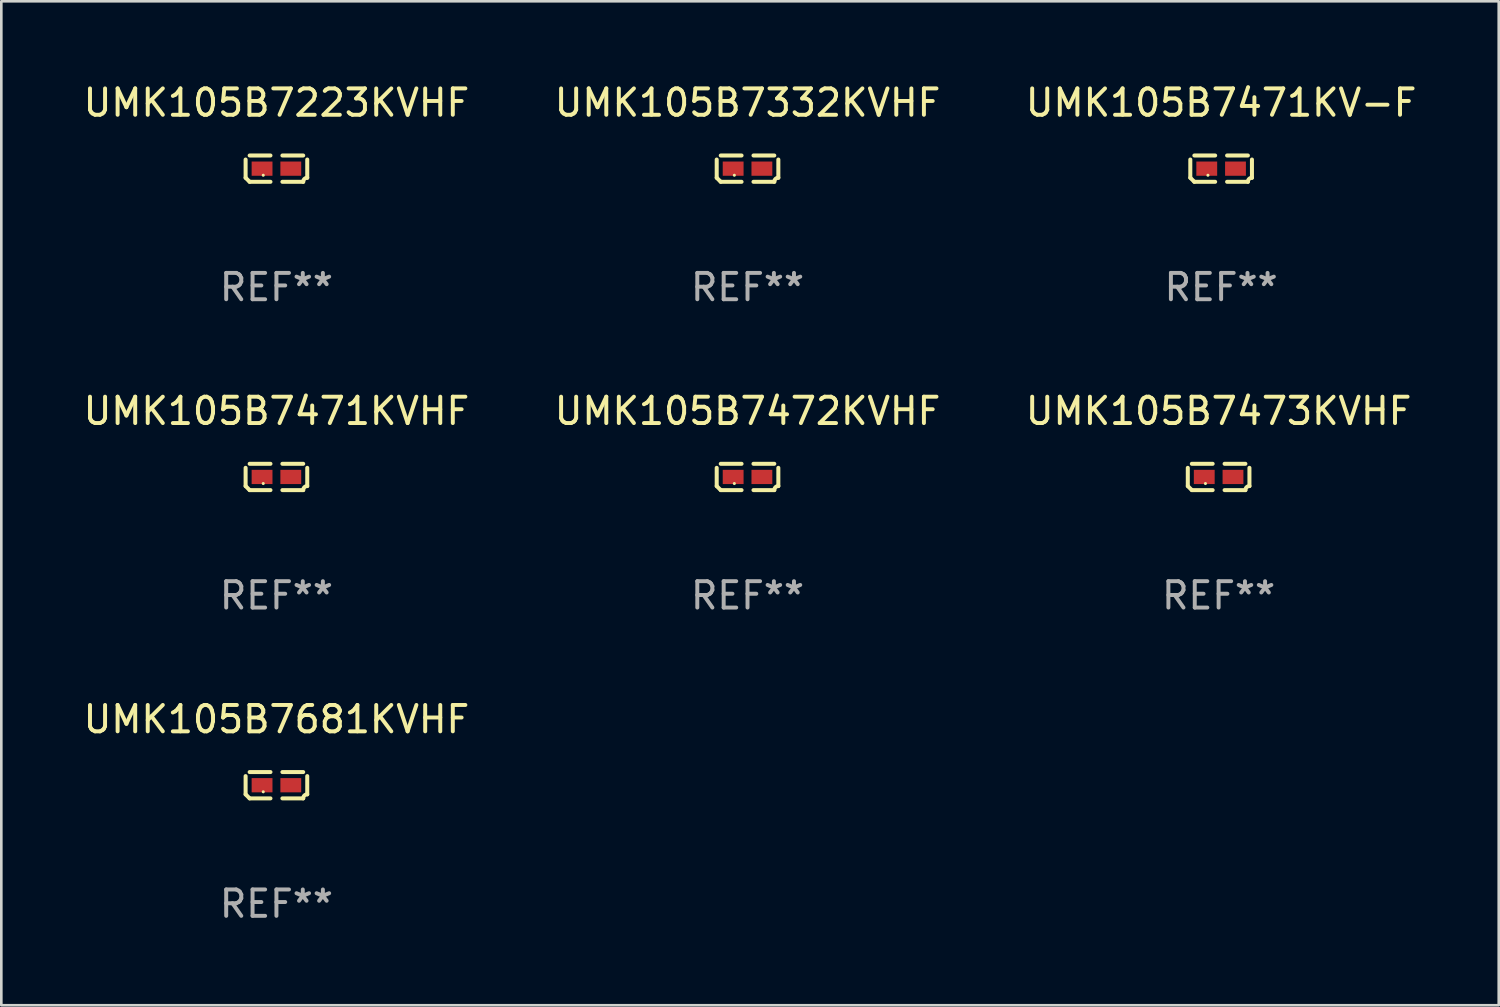
<source format=kicad_pcb>
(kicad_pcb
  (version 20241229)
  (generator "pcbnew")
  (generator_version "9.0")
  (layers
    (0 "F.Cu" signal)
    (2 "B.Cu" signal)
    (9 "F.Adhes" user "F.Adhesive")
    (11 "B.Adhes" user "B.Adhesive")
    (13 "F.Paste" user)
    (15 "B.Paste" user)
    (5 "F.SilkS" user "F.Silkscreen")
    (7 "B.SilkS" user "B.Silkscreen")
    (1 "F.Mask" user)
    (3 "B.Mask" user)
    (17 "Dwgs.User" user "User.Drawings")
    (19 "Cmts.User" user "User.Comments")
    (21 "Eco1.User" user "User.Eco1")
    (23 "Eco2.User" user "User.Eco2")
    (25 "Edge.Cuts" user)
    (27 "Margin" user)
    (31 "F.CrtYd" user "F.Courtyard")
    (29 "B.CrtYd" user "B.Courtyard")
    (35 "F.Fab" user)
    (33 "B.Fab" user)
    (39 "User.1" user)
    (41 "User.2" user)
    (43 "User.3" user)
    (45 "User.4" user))
  (footprint "UMK105B7471KVHF"
    (layer "F.Cu")
    (at 7.435 15.041)
    (property "Reference" "UMK105B7471KVHF" (at 0 -2.499 0) (layer "F.SilkS") (effects (font (size 1 1) (thickness 0.15))))
    (attr through_hole)
    (fp_line (start -1.169 0.346) (end -1.169 -0.346) (stroke (width 0.152) (type solid)) (layer "F.SilkS"))
    (fp_line (start -1.016 -0.499) (end -0.226 -0.499) (stroke (width 0.152) (type solid)) (layer "F.SilkS"))
    (fp_line (start -0.226 0.499) (end -1.016 0.499) (stroke (width 0.152) (type solid)) (layer "F.SilkS"))
    (fp_line (start 0.226 0.499) (end 1.016 0.499) (stroke (width 0.152) (type solid)) (layer "F.SilkS"))
    (fp_line (start 1.016 -0.499) (end 0.226 -0.499) (stroke (width 0.152) (type solid)) (layer "F.SilkS"))
    (fp_line (start 1.169 0.346) (end 1.169 -0.346) (stroke (width 0.152) (type solid)) (layer "F.SilkS"))
    (fp_arc (start -1.016307 0.498603) (mid -1.092512 0.422405) (end -1.16871 0.3462) (stroke (width 0.1524) (type solid)) (layer "F.SilkS"))
    (fp_arc (start 1.016307 0.498603) (mid 1.060899 0.390758) (end 1.168707 0.346076) (stroke (width 0.1524) (type solid)) (layer "F.SilkS"))
    (fp_circle (center -0.5 0.25) (end -0.47 0.25) (stroke (width 0.06) (type solid)) (fill no) (layer "F.SilkS"))
    (fp_text user "REF**" (at 0 4.499 0) (layer "F.Fab") (effects (font (size 1 1) (thickness 0.15))))
    (pad "1" smd rect (at -0.545 0) (size 0.79 0.54) (layers "F.Cu" "F.Mask" "F.Paste"))
    (pad "2" smd rect (at 0.545 0) (size 0.79 0.54) (layers "F.Cu" "F.Mask" "F.Paste")))
  (footprint "UMK105B7473KVHF"
    (layer "F.Cu")
    (at 43.173 15.041)
    (property "Reference" "UMK105B7473KVHF" (at 0 -2.499 0) (layer "F.SilkS") (effects (font (size 1 1) (thickness 0.15))))
    (attr through_hole)
    (fp_line (start -1.169 0.346) (end -1.169 -0.346) (stroke (width 0.152) (type solid)) (layer "F.SilkS"))
    (fp_line (start -1.016 -0.499) (end -0.226 -0.499) (stroke (width 0.152) (type solid)) (layer "F.SilkS"))
    (fp_line (start -0.226 0.499) (end -1.016 0.499) (stroke (width 0.152) (type solid)) (layer "F.SilkS"))
    (fp_line (start 0.226 0.499) (end 1.016 0.499) (stroke (width 0.152) (type solid)) (layer "F.SilkS"))
    (fp_line (start 1.016 -0.499) (end 0.226 -0.499) (stroke (width 0.152) (type solid)) (layer "F.SilkS"))
    (fp_line (start 1.169 0.346) (end 1.169 -0.346) (stroke (width 0.152) (type solid)) (layer "F.SilkS"))
    (fp_arc (start -1.016307 0.498603) (mid -1.092512 0.422405) (end -1.16871 0.3462) (stroke (width 0.1524) (type solid)) (layer "F.SilkS"))
    (fp_arc (start 1.016307 0.498603) (mid 1.060899 0.390758) (end 1.168707 0.346076) (stroke (width 0.1524) (type solid)) (layer "F.SilkS"))
    (fp_circle (center -0.5 0.25) (end -0.47 0.25) (stroke (width 0.06) (type solid)) (fill no) (layer "F.SilkS"))
    (fp_text user "REF**" (at 0 4.499 0) (layer "F.Fab") (effects (font (size 1 1) (thickness 0.15))))
    (pad "1" smd rect (at -0.545 0) (size 0.79 0.54) (layers "F.Cu" "F.Mask" "F.Paste"))
    (pad "2" smd rect (at 0.545 0) (size 0.79 0.54) (layers "F.Cu" "F.Mask" "F.Paste")))
  (footprint "UMK105B7472KVHF"
    (layer "F.Cu")
    (at 25.304 15.041)
    (property "Reference" "UMK105B7472KVHF" (at 0 -2.499 0) (layer "F.SilkS") (effects (font (size 1 1) (thickness 0.15))))
    (attr through_hole)
    (fp_line (start -1.169 0.346) (end -1.169 -0.346) (stroke (width 0.152) (type solid)) (layer "F.SilkS"))
    (fp_line (start -1.016 -0.499) (end -0.226 -0.499) (stroke (width 0.152) (type solid)) (layer "F.SilkS"))
    (fp_line (start -0.226 0.499) (end -1.016 0.499) (stroke (width 0.152) (type solid)) (layer "F.SilkS"))
    (fp_line (start 0.226 0.499) (end 1.016 0.499) (stroke (width 0.152) (type solid)) (layer "F.SilkS"))
    (fp_line (start 1.016 -0.499) (end 0.226 -0.499) (stroke (width 0.152) (type solid)) (layer "F.SilkS"))
    (fp_line (start 1.169 0.346) (end 1.169 -0.346) (stroke (width 0.152) (type solid)) (layer "F.SilkS"))
    (fp_arc (start -1.016307 0.498603) (mid -1.092512 0.422405) (end -1.16871 0.3462) (stroke (width 0.1524) (type solid)) (layer "F.SilkS"))
    (fp_arc (start 1.016307 0.498603) (mid 1.060899 0.390758) (end 1.168707 0.346076) (stroke (width 0.1524) (type solid)) (layer "F.SilkS"))
    (fp_circle (center -0.5 0.25) (end -0.47 0.25) (stroke (width 0.06) (type solid)) (fill no) (layer "F.SilkS"))
    (fp_text user "REF**" (at 0 4.499 0) (layer "F.Fab") (effects (font (size 1 1) (thickness 0.15))))
    (pad "1" smd rect (at -0.545 0) (size 0.79 0.54) (layers "F.Cu" "F.Mask" "F.Paste"))
    (pad "2" smd rect (at 0.545 0) (size 0.79 0.54) (layers "F.Cu" "F.Mask" "F.Paste")))
  (footprint "UMK105B7332KVHF"
    (layer "F.Cu")
    (at 25.304 3.347)
    (property "Reference" "UMK105B7332KVHF" (at 0 -2.499 0) (layer "F.SilkS") (effects (font (size 1 1) (thickness 0.15))))
    (attr through_hole)
    (fp_line (start -1.169 0.346) (end -1.169 -0.346) (stroke (width 0.152) (type solid)) (layer "F.SilkS"))
    (fp_line (start -1.016 -0.499) (end -0.226 -0.499) (stroke (width 0.152) (type solid)) (layer "F.SilkS"))
    (fp_line (start -0.226 0.499) (end -1.016 0.499) (stroke (width 0.152) (type solid)) (layer "F.SilkS"))
    (fp_line (start 0.226 0.499) (end 1.016 0.499) (stroke (width 0.152) (type solid)) (layer "F.SilkS"))
    (fp_line (start 1.016 -0.499) (end 0.226 -0.499) (stroke (width 0.152) (type solid)) (layer "F.SilkS"))
    (fp_line (start 1.169 0.346) (end 1.169 -0.346) (stroke (width 0.152) (type solid)) (layer "F.SilkS"))
    (fp_arc (start -1.016307 0.498603) (mid -1.092512 0.422405) (end -1.16871 0.3462) (stroke (width 0.1524) (type solid)) (layer "F.SilkS"))
    (fp_arc (start 1.016307 0.498603) (mid 1.060899 0.390758) (end 1.168707 0.346076) (stroke (width 0.1524) (type solid)) (layer "F.SilkS"))
    (fp_circle (center -0.5 0.25) (end -0.47 0.25) (stroke (width 0.06) (type solid)) (fill no) (layer "F.SilkS"))
    (fp_text user "REF**" (at 0 4.499 0) (layer "F.Fab") (effects (font (size 1 1) (thickness 0.15))))
    (pad "1" smd rect (at -0.545 0) (size 0.79 0.54) (layers "F.Cu" "F.Mask" "F.Paste"))
    (pad "2" smd rect (at 0.545 0) (size 0.79 0.54) (layers "F.Cu" "F.Mask" "F.Paste")))
  (footprint "UMK105B7471KV-F"
    (layer "F.Cu")
    (at 43.268 3.347)
    (property "Reference" "UMK105B7471KV-F" (at 0 -2.499 0) (layer "F.SilkS") (effects (font (size 1 1) (thickness 0.15))))
    (attr through_hole)
    (fp_line (start -1.169 0.346) (end -1.169 -0.346) (stroke (width 0.152) (type solid)) (layer "F.SilkS"))
    (fp_line (start -1.016 -0.499) (end -0.226 -0.499) (stroke (width 0.152) (type solid)) (layer "F.SilkS"))
    (fp_line (start -0.226 0.499) (end -1.016 0.499) (stroke (width 0.152) (type solid)) (layer "F.SilkS"))
    (fp_line (start 0.226 0.499) (end 1.016 0.499) (stroke (width 0.152) (type solid)) (layer "F.SilkS"))
    (fp_line (start 1.016 -0.499) (end 0.226 -0.499) (stroke (width 0.152) (type solid)) (layer "F.SilkS"))
    (fp_line (start 1.169 0.346) (end 1.169 -0.346) (stroke (width 0.152) (type solid)) (layer "F.SilkS"))
    (fp_arc (start -1.016307 0.498603) (mid -1.092512 0.422405) (end -1.16871 0.3462) (stroke (width 0.1524) (type solid)) (layer "F.SilkS"))
    (fp_arc (start 1.016307 0.498603) (mid 1.060899 0.390758) (end 1.168707 0.346076) (stroke (width 0.1524) (type solid)) (layer "F.SilkS"))
    (fp_circle (center -0.5 0.25) (end -0.47 0.25) (stroke (width 0.06) (type solid)) (fill no) (layer "F.SilkS"))
    (fp_text user "REF**" (at 0 4.499 0) (layer "F.Fab") (effects (font (size 1 1) (thickness 0.15))))
    (pad "1" smd rect (at -0.545 0) (size 0.79 0.54) (layers "F.Cu" "F.Mask" "F.Paste"))
    (pad "2" smd rect (at 0.545 0) (size 0.79 0.54) (layers "F.Cu" "F.Mask" "F.Paste")))
  (footprint "UMK105B7223KVHF"
    (layer "F.Cu")
    (at 7.435 3.347)
    (property "Reference" "UMK105B7223KVHF" (at 0 -2.499 0) (layer "F.SilkS") (effects (font (size 1 1) (thickness 0.15))))
    (attr through_hole)
    (fp_line (start -1.169 0.346) (end -1.169 -0.346) (stroke (width 0.152) (type solid)) (layer "F.SilkS"))
    (fp_line (start -1.016 -0.499) (end -0.226 -0.499) (stroke (width 0.152) (type solid)) (layer "F.SilkS"))
    (fp_line (start -0.226 0.499) (end -1.016 0.499) (stroke (width 0.152) (type solid)) (layer "F.SilkS"))
    (fp_line (start 0.226 0.499) (end 1.016 0.499) (stroke (width 0.152) (type solid)) (layer "F.SilkS"))
    (fp_line (start 1.016 -0.499) (end 0.226 -0.499) (stroke (width 0.152) (type solid)) (layer "F.SilkS"))
    (fp_line (start 1.169 0.346) (end 1.169 -0.346) (stroke (width 0.152) (type solid)) (layer "F.SilkS"))
    (fp_arc (start -1.016307 0.498603) (mid -1.092512 0.422405) (end -1.16871 0.3462) (stroke (width 0.1524) (type solid)) (layer "F.SilkS"))
    (fp_arc (start 1.016307 0.498603) (mid 1.060899 0.390758) (end 1.168707 0.346076) (stroke (width 0.1524) (type solid)) (layer "F.SilkS"))
    (fp_circle (center -0.5 0.25) (end -0.47 0.25) (stroke (width 0.06) (type solid)) (fill no) (layer "F.SilkS"))
    (fp_text user "REF**" (at 0 4.499 0) (layer "F.Fab") (effects (font (size 1 1) (thickness 0.15))))
    (pad "1" smd rect (at -0.545 0) (size 0.79 0.54) (layers "F.Cu" "F.Mask" "F.Paste"))
    (pad "2" smd rect (at 0.545 0) (size 0.79 0.54) (layers "F.Cu" "F.Mask" "F.Paste")))
  (footprint "UMK105B7681KVHF"
    (layer "F.Cu")
    (at 7.435 26.734)
    (property "Reference" "UMK105B7681KVHF" (at 0 -2.499 0) (layer "F.SilkS") (effects (font (size 1 1) (thickness 0.15))))
    (attr through_hole)
    (fp_line (start -1.169 0.346) (end -1.169 -0.346) (stroke (width 0.152) (type solid)) (layer "F.SilkS"))
    (fp_line (start -1.016 -0.499) (end -0.226 -0.499) (stroke (width 0.152) (type solid)) (layer "F.SilkS"))
    (fp_line (start -0.226 0.499) (end -1.016 0.499) (stroke (width 0.152) (type solid)) (layer "F.SilkS"))
    (fp_line (start 0.226 0.499) (end 1.016 0.499) (stroke (width 0.152) (type solid)) (layer "F.SilkS"))
    (fp_line (start 1.016 -0.499) (end 0.226 -0.499) (stroke (width 0.152) (type solid)) (layer "F.SilkS"))
    (fp_line (start 1.169 0.346) (end 1.169 -0.346) (stroke (width 0.152) (type solid)) (layer "F.SilkS"))
    (fp_arc (start -1.016307 0.498603) (mid -1.092512 0.422405) (end -1.16871 0.3462) (stroke (width 0.1524) (type solid)) (layer "F.SilkS"))
    (fp_arc (start 1.016307 0.498603) (mid 1.060899 0.390758) (end 1.168707 0.346076) (stroke (width 0.1524) (type solid)) (layer "F.SilkS"))
    (fp_circle (center -0.5 0.25) (end -0.47 0.25) (stroke (width 0.06) (type solid)) (fill no) (layer "F.SilkS"))
    (fp_text user "REF**" (at 0 4.499 0) (layer "F.Fab") (effects (font (size 1 1) (thickness 0.15))))
    (pad "1" smd rect (at -0.545 0) (size 0.79 0.54) (layers "F.Cu" "F.Mask" "F.Paste"))
    (pad "2" smd rect (at 0.545 0) (size 0.79 0.54) (layers "F.Cu" "F.Mask" "F.Paste")))
  (gr_rect
    (start -3 -3)
    (end 53.798 35.081)
    (stroke (width 0.1) (type default))
    (fill no)
    (layer "Edge.Cuts")))
</source>
